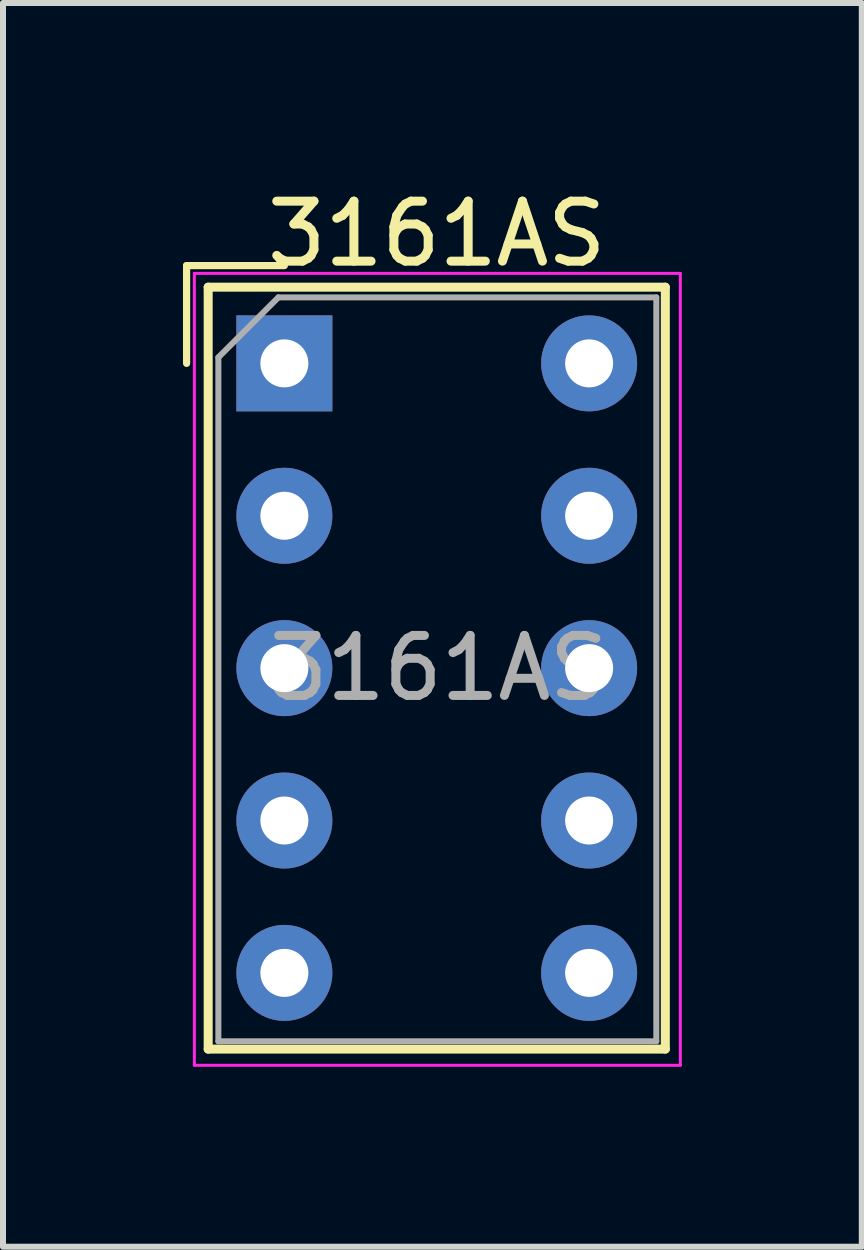
<source format=kicad_pcb>
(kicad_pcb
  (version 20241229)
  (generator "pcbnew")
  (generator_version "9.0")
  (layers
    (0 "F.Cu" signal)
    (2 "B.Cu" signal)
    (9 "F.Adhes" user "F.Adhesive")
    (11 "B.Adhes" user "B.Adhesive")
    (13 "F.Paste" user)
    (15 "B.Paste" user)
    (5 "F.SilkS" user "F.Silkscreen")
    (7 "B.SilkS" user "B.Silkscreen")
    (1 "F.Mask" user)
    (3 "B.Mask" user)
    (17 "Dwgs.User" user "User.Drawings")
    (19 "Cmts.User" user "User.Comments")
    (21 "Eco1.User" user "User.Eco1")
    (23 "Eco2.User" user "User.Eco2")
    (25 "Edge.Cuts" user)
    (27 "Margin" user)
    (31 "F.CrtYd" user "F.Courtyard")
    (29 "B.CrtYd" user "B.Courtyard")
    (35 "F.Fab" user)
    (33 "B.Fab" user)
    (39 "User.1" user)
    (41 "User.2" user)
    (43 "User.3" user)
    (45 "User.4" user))
  (footprint "3161AS"
    (layer "F.Cu")
    (at 1.69 3.007)
    (property "Reference" "3161AS" (at 2.54 -2.159 0) (layer "F.SilkS") (effects (font (size 1 1) (thickness 0.15))))
    (attr through_hole)
    (fp_line (start -1.63 -1.63) (end 0 -1.63) (stroke (width 0.12) (type solid)) (layer "F.SilkS"))
    (fp_line (start -1.63 0) (end -1.63 -1.63) (stroke (width 0.12) (type solid)) (layer "F.SilkS"))
    (fp_line (start -1.27 -1.27) (end -1.27 11.43) (stroke (width 0.15) (type solid)) (layer "F.SilkS"))
    (fp_line (start -1.27 11.43) (end 6.35 11.43) (stroke (width 0.15) (type solid)) (layer "F.SilkS"))
    (fp_line (start 6.35 -1.27) (end -1.27 -1.27) (stroke (width 0.15) (type solid)) (layer "F.SilkS"))
    (fp_line (start 6.35 11.43) (end 6.35 -1.27) (stroke (width 0.15) (type solid)) (layer "F.SilkS"))
    (fp_line (start -1.5 -1.5) (end 6.6 -1.5) (stroke (width 0.05) (type solid)) (layer "F.CrtYd"))
    (fp_line (start -1.5 11.7) (end -1.5 -1.5) (stroke (width 0.05) (type solid)) (layer "F.CrtYd"))
    (fp_line (start 6.6 -1.5) (end 6.6 11.7) (stroke (width 0.05) (type solid)) (layer "F.CrtYd"))
    (fp_line (start 6.6 11.7) (end -1.5 11.7) (stroke (width 0.05) (type solid)) (layer "F.CrtYd"))
    (fp_line (start -1.1 -0.1) (end -0.1 -1.1) (stroke (width 0.1) (type solid)) (layer "F.Fab"))
    (fp_line (start -1.1 11.3) (end -1.1 -0.1) (stroke (width 0.1) (type solid)) (layer "F.Fab"))
    (fp_line (start -0.1 -1.1) (end 6.2 -1.1) (stroke (width 0.1) (type solid)) (layer "F.Fab"))
    (fp_line (start 6.2 -1.1) (end 6.2 11.3) (stroke (width 0.1) (type solid)) (layer "F.Fab"))
    (fp_line (start 6.2 11.3) (end -1.1 11.3) (stroke (width 0.1) (type solid)) (layer "F.Fab"))
    (fp_text user "${REFERENCE}" (at 2.573 5.08 0) (layer "F.Fab") (effects (font (size 1 1) (thickness 0.15))))
    (pad "1" thru_hole rect (at 0 0) (size 1.6 1.6) (drill 0.8) (layers "*.Cu" "*.Mask"))
    (pad "2" thru_hole circle (at 0 2.54) (size 1.6 1.6) (drill 0.8) (layers "*.Cu" "*.Mask"))
    (pad "3" thru_hole circle (at 0 5.08) (size 1.6 1.6) (drill 0.8) (layers "*.Cu" "*.Mask"))
    (pad "4" thru_hole circle (at 0 7.62) (size 1.6 1.6) (drill 0.8) (layers "*.Cu" "*.Mask"))
    (pad "5" thru_hole circle (at 0 10.16) (size 1.6 1.6) (drill 0.8) (layers "*.Cu" "*.Mask"))
    (pad "6" thru_hole circle (at 5.08 10.16) (size 1.6 1.6) (drill 0.8) (layers "*.Cu" "*.Mask"))
    (pad "7" thru_hole circle (at 5.08 7.62) (size 1.6 1.6) (drill 0.8) (layers "*.Cu" "*.Mask"))
    (pad "8" thru_hole circle (at 5.08 5.08) (size 1.6 1.6) (drill 0.8) (layers "*.Cu" "*.Mask"))
    (pad "9" thru_hole circle (at 5.08 2.54) (size 1.6 1.6) (drill 0.8) (layers "*.Cu" "*.Mask"))
    (pad "10" thru_hole circle (at 5.08 0) (size 1.6 1.6) (drill 0.8) (layers "*.Cu" "*.Mask")))
  (gr_rect
    (start -3 -3)
    (end 11.315 17.732)
    (stroke (width 0.1) (type default))
    (fill no)
    (layer "Edge.Cuts")))
</source>
